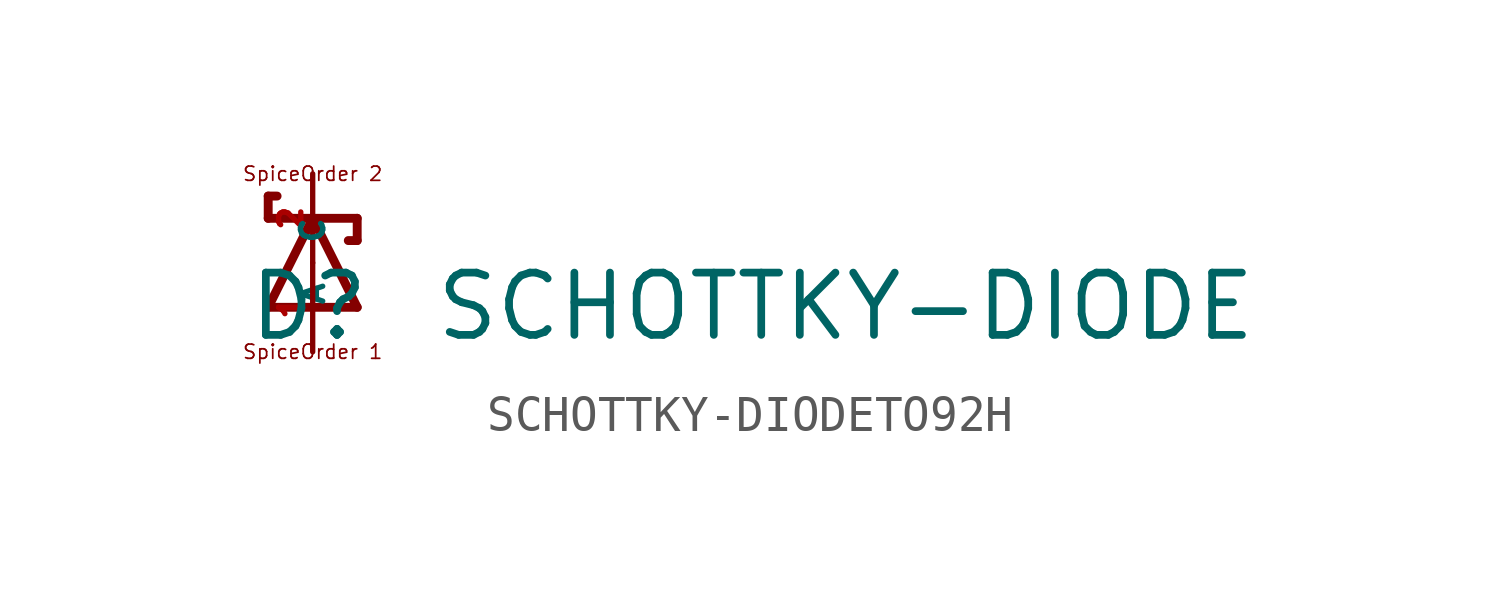
<source format=kicad_sym>
(kicad_symbol_lib
  (version 20220914)
  (generator Eagle2Kicad)
  (symbol "SCHOTTKY-DIODETO92H"
    (property "Reference" "D"
      (at -1.905 -2.286 0)
      (effects (font (size 1.778 1.778) (thickness 0.22)) (justify left bottom)))
    (property "Value" "SCHOTTKY-DIODE"
      (at 3.429 -2.286 0)
      (effects (font (size 1.778 1.778) (thickness 0.22)) (justify left bottom)))
    (polyline
      (pts (xy 1.27 -1.27) (xy 0 1.27))
      (stroke (width 0.254) (type default))
      (fill (type none)))
    (polyline
      (pts (xy 0 1.27) (xy -1.27 -1.27))
      (stroke (width 0.254) (type default))
      (fill (type none)))
    (polyline
      (pts (xy -1.27 1.905) (xy -1.27 1.27))
      (stroke (width 0.254) (type default))
      (fill (type none)))
    (polyline
      (pts (xy -1.27 1.27) (xy 0 1.27))
      (stroke (width 0.254) (type default))
      (fill (type none)))
    (polyline
      (pts (xy -1.27 -1.27) (xy 1.27 -1.27))
      (stroke (width 0.254) (type default))
      (fill (type none)))
    (polyline
      (pts (xy 0 1.27) (xy 1.27 1.27))
      (stroke (width 0.254) (type default))
      (fill (type none)))
    (polyline
      (pts (xy -1.27 1.905) (xy -1.016 1.905))
      (stroke (width 0.254) (type default))
      (fill (type none)))
    (polyline
      (pts (xy 1.27 1.27) (xy 1.27 0.635))
      (stroke (width 0.254) (type default))
      (fill (type none)))
    (polyline
      (pts (xy 1.016 0.635) (xy 1.27 0.635))
      (stroke (width 0.254) (type default))
      (fill (type none)))
    (text "SpiceOrder 1"
      (at 0 -2.54 0)
      (effects (font (size 0.406 0.406) (thickness 0.05))))
    (text "SpiceOrder 2"
      (at 0 2.54 0)
      (effects (font (size 0.406 0.406) (thickness 0.05))))
    (pin passive line
      (at 0 2.54 270)
      (length 2.54)
      (name "A" (effects (font (size 0.635 0.635) (thickness 0.08)) (justify left bottom)))
      (number "2" (effects (font (size 0.635 0.635) (thickness 0.08)) (justify left bottom))))
    (pin passive line
      (at 0 -2.54 90)
      (length 2.54)
      (name "C" (effects (font (size 0.635 0.635) (thickness 0.08)) (justify left bottom)))
      (number "1" (effects (font (size 0.635 0.635) (thickness 0.08)) (justify left bottom))))))
</source>
